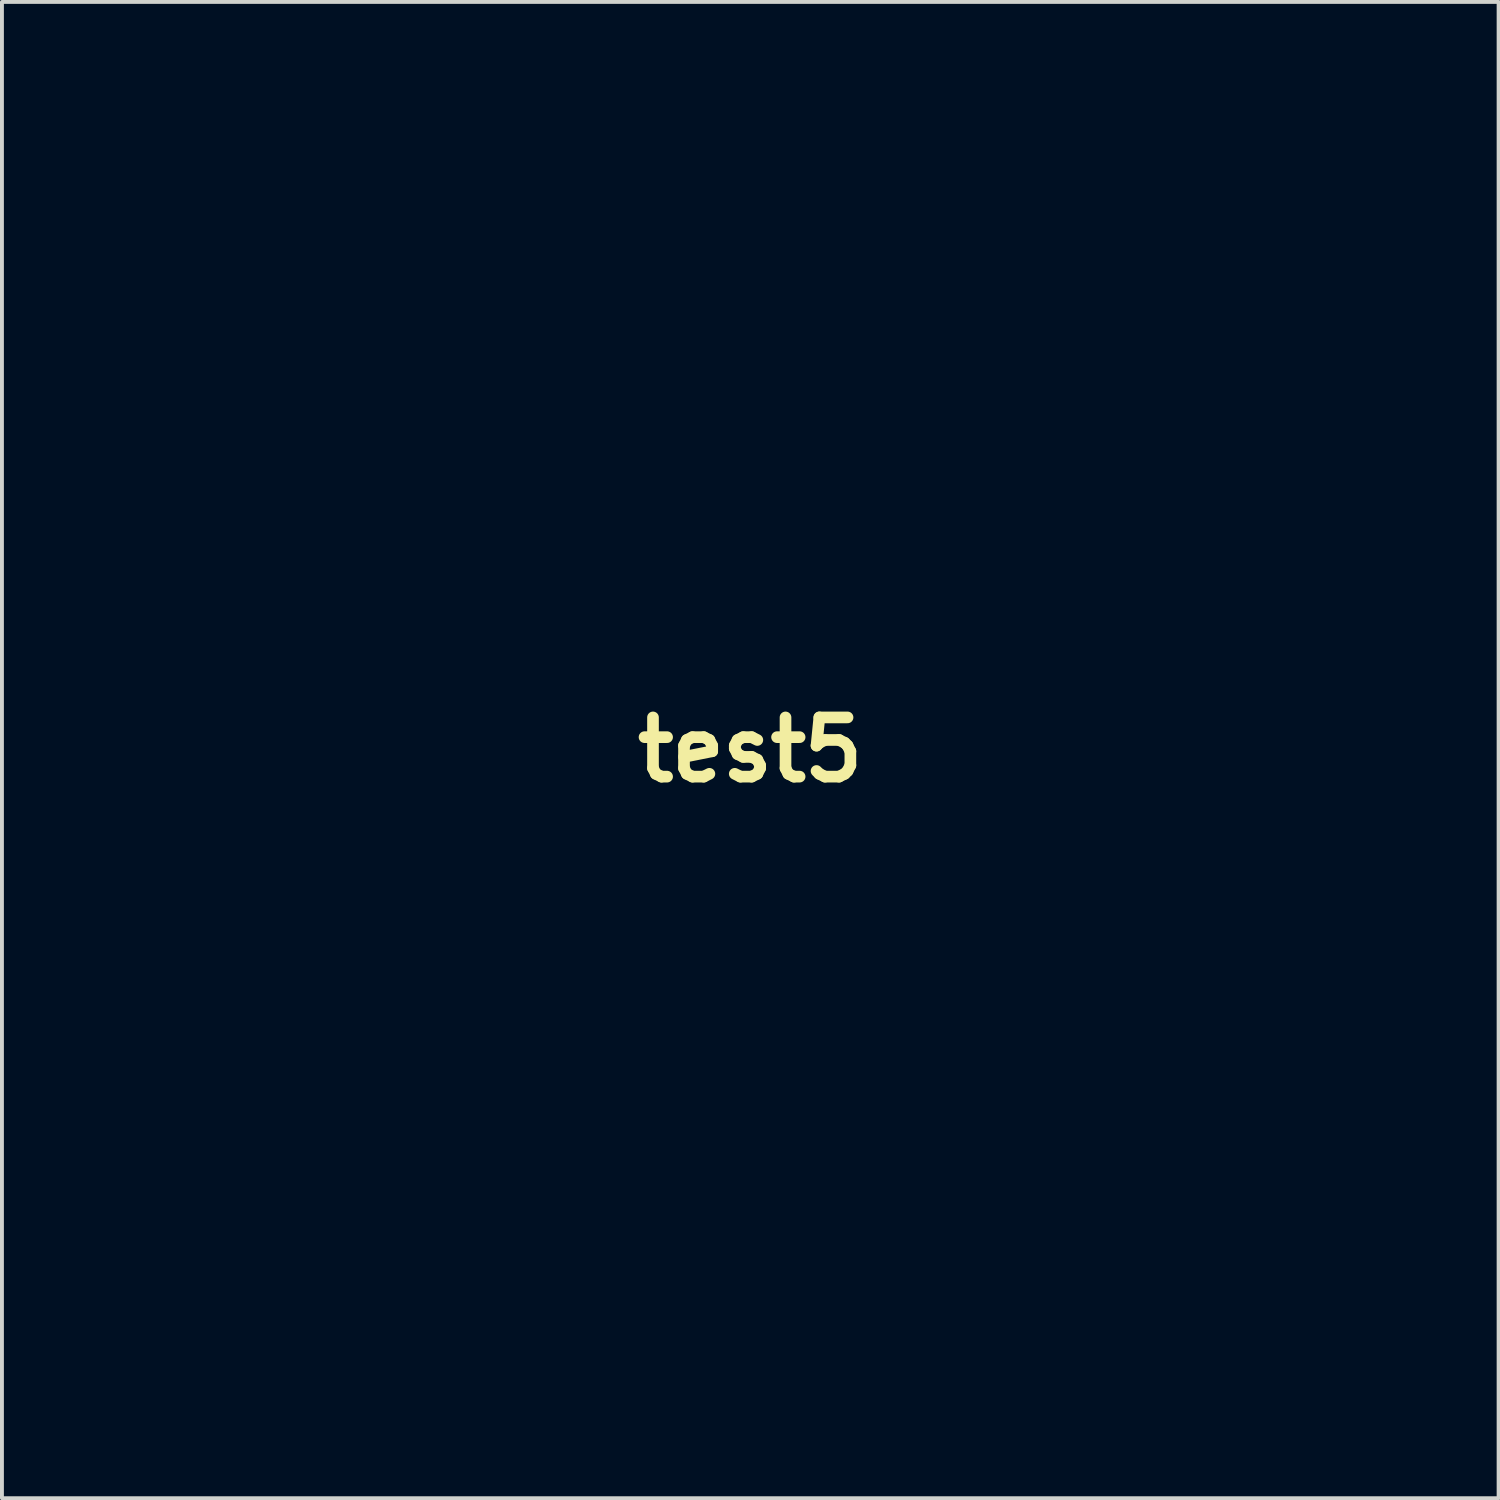
<source format=kicad_pcb>
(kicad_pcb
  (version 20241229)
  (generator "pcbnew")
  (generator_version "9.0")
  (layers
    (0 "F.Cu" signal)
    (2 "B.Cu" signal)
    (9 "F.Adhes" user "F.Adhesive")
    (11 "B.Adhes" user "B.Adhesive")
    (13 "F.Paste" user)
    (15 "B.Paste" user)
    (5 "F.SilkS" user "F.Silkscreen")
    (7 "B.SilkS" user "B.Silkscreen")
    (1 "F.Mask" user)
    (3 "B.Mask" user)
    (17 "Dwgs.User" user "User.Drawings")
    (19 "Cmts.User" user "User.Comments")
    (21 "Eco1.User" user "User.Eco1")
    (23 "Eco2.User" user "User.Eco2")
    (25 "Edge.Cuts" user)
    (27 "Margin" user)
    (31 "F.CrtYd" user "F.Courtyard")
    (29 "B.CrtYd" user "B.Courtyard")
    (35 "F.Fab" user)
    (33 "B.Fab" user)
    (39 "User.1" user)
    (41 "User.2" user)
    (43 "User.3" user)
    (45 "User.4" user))
  (footprint "test5"
    (layer "F.Cu")
    (at 16.261 16.25)
    (property "Reference" "test5" (at 0 0 0) (layer "F.SilkS") (effects (font (size 1.524 1.524) (thickness 0.3))))
    (attr through_hole)
    (fp_poly (pts (xy 0.79 0.405) (xy 1.034 0.467) (xy 1.378 0.674) (xy 1.642 0.96) (xy 1.821 1.301) (xy 1.909 1.675) (xy 1.902 2.059) (xy 1.794 2.43) (xy 1.582 2.765) (xy 1.537 2.816) (xy 1.223 3.061) (xy 0.85 3.219) (xy 0.452 3.279) (xy 0.062 3.235) (xy -0.044 3.201) (xy -0.376 3.018) (xy -0.655 2.746) (xy -0.863 2.414) (xy -0.981 2.05) (xy -0.989 1.834) (xy 0 1.834) (xy 0.049 2.077) (xy 0.192 2.238) (xy 0.349 2.299) (xy 0.542 2.295) (xy 0.737 2.227) (xy 0.875 2.116) (xy 0.89 2.093) (xy 0.955 1.86) (xy 0.915 1.635) (xy 0.785 1.465) (xy 0.56 1.352) (xy 0.342 1.349) (xy 0.158 1.445) (xy 0.036 1.626) (xy 0 1.834) (xy -0.989 1.834) (xy -0.994 1.683) (xy -0.993 1.675) (xy -0.88 1.264) (xy -0.668 0.907) (xy -0.375 0.626) (xy -0.113 0.48) (xy 0.154 0.41) (xy 0.474 0.384) (xy 0.79 0.405)) (stroke (width 0.01) (type solid)) (fill yes) (layer "F.Mask"))
    (fp_poly (pts (xy 3.351 -4.794) (xy 3.686 -4.62) (xy 3.97 -4.369) (xy 4.183 -4.052) (xy 4.307 -3.68) (xy 4.331 -3.42) (xy 4.273 -2.992) (xy 4.107 -2.613) (xy 3.844 -2.302) (xy 3.495 -2.075) (xy 3.447 -2.054) (xy 3.201 -1.993) (xy 2.893 -1.974) (xy 2.579 -1.996) (xy 2.317 -2.057) (xy 2.286 -2.07) (xy 1.95 -2.282) (xy 1.679 -2.586) (xy 1.491 -2.957) (xy 1.424 -3.225) (xy 1.425 -3.422) (xy 2.413 -3.422) (xy 2.464 -3.178) (xy 2.598 -3.01) (xy 2.789 -2.93) (xy 3.01 -2.95) (xy 3.198 -3.053) (xy 3.322 -3.216) (xy 3.361 -3.415) (xy 3.324 -3.615) (xy 3.219 -3.779) (xy 3.056 -3.872) (xy 3 -3.881) (xy 2.716 -3.863) (xy 2.527 -3.763) (xy 2.429 -3.579) (xy 2.413 -3.422) (xy 1.425 -3.422) (xy 1.426 -3.585) (xy 1.533 -3.951) (xy 1.727 -4.292) (xy 1.992 -4.577) (xy 2.224 -4.732) (xy 2.601 -4.862) (xy 2.983 -4.878) (xy 3.351 -4.794)) (stroke (width 0.01) (type solid)) (fill yes) (layer "F.Mask"))
    (fp_poly (pts (xy 5.199 3.533) (xy 5.584 3.668) (xy 5.898 3.897) (xy 6.129 4.211) (xy 6.266 4.599) (xy 6.299 4.944) (xy 6.241 5.35) (xy 6.08 5.71) (xy 5.834 6.009) (xy 5.522 6.235) (xy 5.161 6.373) (xy 4.77 6.409) (xy 4.43 6.35) (xy 4.054 6.174) (xy 3.749 5.899) (xy 3.528 5.542) (xy 3.42 5.202) (xy 3.404 4.954) (xy 4.381 4.954) (xy 4.434 5.195) (xy 4.59 5.363) (xy 4.699 5.416) (xy 4.823 5.45) (xy 4.932 5.435) (xy 5.075 5.368) (xy 5.258 5.214) (xy 5.336 5.011) (xy 5.306 4.792) (xy 5.178 4.601) (xy 4.979 4.474) (xy 4.771 4.456) (xy 4.583 4.534) (xy 4.444 4.694) (xy 4.382 4.923) (xy 4.381 4.954) (xy 3.404 4.954) (xy 3.393 4.782) (xy 3.488 4.392) (xy 3.7 4.041) (xy 4.027 3.737) (xy 4.052 3.719) (xy 4.239 3.605) (xy 4.428 3.541) (xy 4.674 3.509) (xy 4.752 3.504) (xy 5.199 3.533)) (stroke (width 0.01) (type solid)) (fill yes) (layer "F.Mask"))
    (fp_poly (pts (xy -4.279 3.724) (xy -3.987 3.829) (xy -3.714 3.974) (xy -3.512 4.135) (xy -3.345 4.373) (xy -3.208 4.669) (xy -3.126 4.965) (xy -3.113 5.104) (xy -3.168 5.507) (xy -3.326 5.883) (xy -3.57 6.204) (xy -3.882 6.442) (xy -3.965 6.484) (xy -4.291 6.577) (xy -4.66 6.596) (xy -5.015 6.542) (xy -5.175 6.485) (xy -5.536 6.254) (xy -5.806 5.941) (xy -5.973 5.562) (xy -6.022 5.203) (xy -5.078 5.203) (xy -5.007 5.384) (xy -4.874 5.531) (xy -4.702 5.625) (xy -4.509 5.644) (xy -4.318 5.566) (xy -4.271 5.527) (xy -4.12 5.325) (xy -4.092 5.111) (xy -4.123 4.996) (xy -4.259 4.789) (xy -4.453 4.679) (xy -4.674 4.671) (xy -4.893 4.773) (xy -4.955 4.828) (xy -5.067 5.01) (xy -5.078 5.203) (xy -6.022 5.203) (xy -6.03 5.144) (xy -5.971 4.729) (xy -5.806 4.363) (xy -5.549 4.061) (xy -5.216 3.838) (xy -4.824 3.709) (xy -4.533 3.684) (xy -4.279 3.724)) (stroke (width 0.01) (type solid)) (fill yes) (layer "F.Mask"))
    (fp_poly (pts (xy -2.485 -3.817) (xy -2.138 -3.665) (xy -1.854 -3.433) (xy -1.641 -3.139) (xy -1.504 -2.804) (xy -1.452 -2.445) (xy -1.49 -2.08) (xy -1.626 -1.73) (xy -1.866 -1.411) (xy -1.959 -1.324) (xy -2.322 -1.089) (xy -2.714 -0.971) (xy -3.12 -0.975) (xy -3.373 -1.04) (xy -3.741 -1.231) (xy -4.034 -1.504) (xy -4.243 -1.837) (xy -4.356 -2.207) (xy -4.358 -2.339) (xy -3.38 -2.339) (xy -3.299 -2.145) (xy -3.124 -1.993) (xy -3.111 -1.987) (xy -2.966 -1.923) (xy -2.857 -1.917) (xy -2.72 -1.973) (xy -2.672 -1.998) (xy -2.502 -2.125) (xy -2.425 -2.301) (xy -2.413 -2.453) (xy -2.469 -2.635) (xy -2.609 -2.797) (xy -2.792 -2.901) (xy -2.902 -2.919) (xy -3.128 -2.865) (xy -3.288 -2.73) (xy -3.374 -2.544) (xy -3.38 -2.339) (xy -4.358 -2.339) (xy -4.363 -2.595) (xy -4.287 -2.895) (xy -4.077 -3.292) (xy -3.79 -3.589) (xy -3.432 -3.782) (xy -3.008 -3.868) (xy -2.889 -3.872) (xy -2.485 -3.817)) (stroke (width 0.01) (type solid)) (fill yes) (layer "F.Mask"))
    (fp_poly (pts (xy 0.314 -10.603) (xy 0.666 -10.477) (xy 0.98 -10.256) (xy 1.235 -9.941) (xy 1.297 -9.828) (xy 1.438 -9.423) (xy 1.452 -9.021) (xy 1.34 -8.615) (xy 1.295 -8.52) (xy 1.062 -8.171) (xy 0.753 -7.921) (xy 0.406 -7.773) (xy 0.146 -7.708) (xy -0.064 -7.695) (xy -0.289 -7.736) (xy -0.43 -7.777) (xy -0.808 -7.956) (xy -1.107 -8.22) (xy -1.319 -8.55) (xy -1.435 -8.923) (xy -1.443 -9.187) (xy -0.508 -9.187) (xy -0.469 -9.03) (xy -0.376 -8.867) (xy -0.196 -8.729) (xy 0.022 -8.69) (xy 0.236 -8.749) (xy 0.376 -8.867) (xy 0.469 -9.03) (xy 0.508 -9.187) (xy 0.451 -9.371) (xy 0.308 -9.532) (xy 0.116 -9.634) (xy 0 -9.652) (xy -0.201 -9.6) (xy -0.377 -9.469) (xy -0.488 -9.294) (xy -0.508 -9.187) (xy -1.443 -9.187) (xy -1.447 -9.321) (xy -1.345 -9.722) (xy -1.297 -9.828) (xy -1.063 -10.171) (xy -0.765 -10.42) (xy -0.422 -10.575) (xy -0.056 -10.636) (xy 0.314 -10.603)) (stroke (width 0.01) (type solid)) (fill yes) (layer "F.Mask"))
    (fp_poly (pts (xy 0.508 -16.163) (xy 0.845 -15.983) (xy 1.108 -15.726) (xy 1.165 -15.639) (xy 1.281 -15.452) (xy 1.451 -15.174) (xy 1.668 -14.815) (xy 1.928 -14.384) (xy 2.225 -13.889) (xy 2.553 -13.342) (xy 2.906 -12.75) (xy 3.279 -12.123) (xy 3.559 -11.652) (xy 4.072 -10.784) (xy 4.523 -10.016) (xy 4.911 -9.35) (xy 5.235 -8.786) (xy 5.495 -8.325) (xy 5.69 -7.969) (xy 5.819 -7.719) (xy 5.882 -7.575) (xy 5.888 -7.551) (xy 5.872 -7.254) (xy 5.744 -7.002) (xy 5.517 -6.81) (xy 5.204 -6.692) (xy 5.152 -6.681) (xy 4.89 -6.636) (xy 5.141 -6.223) (xy 5.306 -5.92) (xy 5.381 -5.684) (xy 5.369 -5.495) (xy 5.273 -5.332) (xy 5.242 -5.299) (xy 5.04 -5.169) (xy 4.827 -5.159) (xy 4.644 -5.255) (xy 4.548 -5.366) (xy 4.414 -5.56) (xy 4.254 -5.814) (xy 4.085 -6.103) (xy 3.918 -6.401) (xy 3.768 -6.685) (xy 3.649 -6.93) (xy 3.574 -7.111) (xy 3.556 -7.19) (xy 3.594 -7.38) (xy 3.714 -7.521) (xy 3.928 -7.618) (xy 4.249 -7.678) (xy 4.494 -7.699) (xy 4.766 -7.715) (xy 2.602 -11.367) (xy 2.23 -11.992) (xy 1.873 -12.589) (xy 1.538 -13.146) (xy 1.23 -13.655) (xy 0.955 -14.105) (xy 0.718 -14.488) (xy 0.526 -14.795) (xy 0.384 -15.014) (xy 0.298 -15.139) (xy 0.279 -15.161) (xy 0.163 -15.253) (xy 0.056 -15.302) (xy -0.051 -15.301) (xy -0.167 -15.24) (xy -0.301 -15.112) (xy -0.461 -14.907) (xy -0.656 -14.617) (xy -0.894 -14.234) (xy -1.186 -13.748) (xy -1.205 -13.715) (xy -1.436 -13.333) (xy -1.651 -12.986) (xy -1.842 -12.689) (xy -1.997 -12.458) (xy -2.106 -12.308) (xy -2.155 -12.258) (xy -2.321 -12.202) (xy -2.412 -12.192) (xy -2.573 -12.246) (xy -2.726 -12.38) (xy -2.833 -12.552) (xy -2.857 -12.669) (xy -2.825 -12.781) (xy -2.733 -12.981) (xy -2.593 -13.251) (xy -2.415 -13.575) (xy -2.211 -13.933) (xy -1.99 -14.307) (xy -1.763 -14.681) (xy -1.542 -15.036) (xy -1.337 -15.353) (xy -1.157 -15.616) (xy -1.015 -15.807) (xy -0.94 -15.891) (xy -0.615 -16.111) (xy -0.248 -16.229) (xy 0.135 -16.245) (xy 0.508 -16.163)) (stroke (width 0.01) (type solid)) (fill yes) (layer "F.Mask"))
    (fp_poly (pts (xy -3.134 -11.427) (xy -2.973 -11.301) (xy -2.967 -11.293) (xy -2.875 -11.094) (xy -2.879 -10.975) (xy -2.921 -10.883) (xy -3.019 -10.698) (xy -3.165 -10.435) (xy -3.351 -10.109) (xy -3.567 -9.736) (xy -3.805 -9.332) (xy -3.841 -9.271) (xy -4.764 -7.715) (xy -4.493 -7.699) (xy -4.105 -7.658) (xy -3.829 -7.583) (xy -3.654 -7.469) (xy -3.569 -7.309) (xy -3.556 -7.189) (xy -3.589 -7.091) (xy -3.688 -6.884) (xy -3.853 -6.571) (xy -4.084 -6.151) (xy -4.379 -5.625) (xy -4.739 -4.994) (xy -5.164 -4.259) (xy -5.583 -3.538) (xy -7.61 -0.064) (xy -6.977 -0.064) (xy -6.684 -0.061) (xy -6.488 -0.05) (xy -6.36 -0.025) (xy -6.27 0.02) (xy -6.189 0.092) (xy -6.188 0.092) (xy -6.081 0.242) (xy -6.033 0.391) (xy -6.032 0.397) (xy -6.064 0.479) (xy -6.154 0.659) (xy -6.298 0.928) (xy -6.488 1.274) (xy -6.72 1.688) (xy -6.988 2.159) (xy -7.285 2.677) (xy -7.606 3.23) (xy -7.817 3.59) (xy -8.152 4.163) (xy -8.47 4.707) (xy -8.765 5.212) (xy -9.031 5.667) (xy -9.26 6.061) (xy -9.448 6.385) (xy -9.587 6.626) (xy -9.672 6.775) (xy -9.695 6.816) (xy -9.754 6.979) (xy -9.732 7.132) (xy -9.712 7.184) (xy -9.622 7.337) (xy -9.52 7.432) (xy -9.424 7.451) (xy -9.222 7.467) (xy -8.935 7.48) (xy -8.586 7.489) (xy -8.196 7.493) (xy -8.141 7.493) (xy -7.707 7.494) (xy -7.381 7.497) (xy -7.144 7.505) (xy -6.979 7.519) (xy -6.865 7.541) (xy -6.785 7.573) (xy -6.72 7.615) (xy -6.708 7.625) (xy -6.571 7.803) (xy -6.54 8.016) (xy -6.616 8.223) (xy -6.687 8.307) (xy -6.741 8.353) (xy -6.802 8.387) (xy -6.89 8.411) (xy -7.022 8.428) (xy -7.214 8.437) (xy -7.485 8.443) (xy -7.851 8.444) (xy -8.227 8.444) (xy -8.696 8.442) (xy -9.056 8.438) (xy -9.327 8.429) (xy -9.527 8.414) (xy -9.675 8.392) (xy -9.789 8.361) (xy -9.878 8.326) (xy -10.204 8.114) (xy -10.461 7.822) (xy -10.636 7.476) (xy -10.717 7.102) (xy -10.693 6.727) (xy -10.657 6.599) (xy -10.61 6.502) (xy -10.506 6.308) (xy -10.35 6.028) (xy -10.149 5.672) (xy -9.909 5.253) (xy -9.637 4.782) (xy -9.34 4.271) (xy -9.024 3.73) (xy -8.978 3.652) (xy -7.375 0.921) (xy -7.799 0.888) (xy -8.041 0.858) (xy -8.248 0.811) (xy -8.363 0.763) (xy -8.558 0.565) (xy -8.671 0.3) (xy -8.684 0.025) (xy -8.648 -0.082) (xy -8.556 -0.278) (xy -8.407 -0.564) (xy -8.2 -0.945) (xy -7.932 -1.422) (xy -7.603 -1.999) (xy -7.21 -2.678) (xy -6.772 -3.429) (xy -4.894 -6.636) (xy -5.154 -6.681) (xy -5.478 -6.788) (xy -5.718 -6.971) (xy -5.86 -7.216) (xy -5.893 -7.507) (xy -5.888 -7.551) (xy -5.851 -7.65) (xy -5.757 -7.841) (xy -5.617 -8.108) (xy -5.439 -8.436) (xy -5.233 -8.807) (xy -5.009 -9.204) (xy -4.775 -9.613) (xy -4.541 -10.016) (xy -4.316 -10.398) (xy -4.111 -10.741) (xy -3.933 -11.029) (xy -3.793 -11.247) (xy -3.699 -11.378) (xy -3.693 -11.385) (xy -3.54 -11.475) (xy -3.339 -11.487) (xy -3.134 -11.427)) (stroke (width 0.01) (type solid)) (fill yes) (layer "F.Mask"))
    (fp_poly (pts (xy 6.172 -4.366) (xy 6.226 -4.294) (xy 6.336 -4.126) (xy 6.494 -3.873) (xy 6.692 -3.548) (xy 6.923 -3.164) (xy 7.179 -2.734) (xy 7.452 -2.271) (xy 7.461 -2.254) (xy 7.794 -1.684) (xy 8.066 -1.21) (xy 8.282 -0.823) (xy 8.447 -0.511) (xy 8.566 -0.262) (xy 8.643 -0.065) (xy 8.683 0.091) (xy 8.692 0.218) (xy 8.674 0.327) (xy 8.633 0.43) (xy 8.611 0.472) (xy 8.479 0.661) (xy 8.306 0.784) (xy 8.064 0.856) (xy 7.799 0.888) (xy 7.375 0.921) (xy 8.87 3.461) (xy 9.268 4.139) (xy 9.606 4.717) (xy 9.888 5.204) (xy 10.12 5.61) (xy 10.306 5.943) (xy 10.451 6.213) (xy 10.56 6.429) (xy 10.637 6.599) (xy 10.688 6.734) (xy 10.717 6.843) (xy 10.73 6.933) (xy 10.731 6.978) (xy 10.673 7.364) (xy 10.512 7.731) (xy 10.268 8.049) (xy 9.96 8.284) (xy 9.878 8.326) (xy 9.819 8.35) (xy 9.749 8.37) (xy 9.659 8.387) (xy 9.538 8.402) (xy 9.376 8.413) (xy 9.164 8.423) (xy 8.892 8.43) (xy 8.549 8.435) (xy 8.127 8.439) (xy 7.614 8.441) (xy 7.002 8.443) (xy 6.28 8.444) (xy 5.667 8.444) (xy 1.714 8.445) (xy 1.714 11.557) (xy 1.905 11.557) (xy 3.04 11.557) (xy 4.327 11.557) (xy 5.898 11.557) (xy 7.112 11.557) (xy 7.112 11.306) (xy 7.084 11.041) (xy 7.008 10.846) (xy 6.895 10.742) (xy 6.839 10.732) (xy 6.641 10.785) (xy 6.417 10.933) (xy 6.195 11.152) (xy 6.105 11.269) (xy 5.898 11.557) (xy 4.327 11.557) (xy 4.198 11.376) (xy 4.023 11.165) (xy 3.82 10.972) (xy 3.619 10.822) (xy 3.452 10.74) (xy 3.399 10.732) (xy 3.272 10.761) (xy 3.182 10.862) (xy 3.119 11.056) (xy 3.084 11.255) (xy 3.04 11.557) (xy 1.905 11.557) (xy 2.036 11.543) (xy 2.087 11.476) (xy 2.095 11.349) (xy 2.128 11.046) (xy 2.214 10.711) (xy 2.335 10.407) (xy 2.418 10.261) (xy 2.667 9.997) (xy 2.983 9.837) (xy 3.372 9.78) (xy 3.406 9.78) (xy 3.801 9.837) (xy 4.181 10.01) (xy 4.55 10.302) (xy 4.915 10.717) (xy 4.99 10.819) (xy 5.123 11.003) (xy 5.26 10.781) (xy 5.42 10.568) (xy 5.64 10.336) (xy 5.883 10.118) (xy 6.114 9.947) (xy 6.254 9.87) (xy 6.53 9.801) (xy 6.856 9.783) (xy 7.168 9.819) (xy 7.325 9.866) (xy 7.616 10.056) (xy 7.844 10.355) (xy 8.008 10.76) (xy 8.101 11.224) (xy 8.131 11.418) (xy 8.171 11.517) (xy 8.241 11.553) (xy 8.327 11.557) (xy 8.45 11.543) (xy 8.5 11.476) (xy 8.509 11.34) (xy 8.52 11.159) (xy 8.547 11.023) (xy 8.548 11.02) (xy 8.654 10.896) (xy 8.844 10.795) (xy 9.073 10.738) (xy 9.173 10.732) (xy 10.333 10.732) (xy 11.564 10.732) (xy 13.201 10.732) (xy 14.432 10.732) (xy 14.393 10.402) (xy 14.337 10.129) (xy 14.244 9.971) (xy 14.105 9.918) (xy 14.008 9.93) (xy 13.815 10.023) (xy 13.602 10.191) (xy 13.408 10.4) (xy 13.316 10.535) (xy 13.201 10.732) (xy 11.564 10.732) (xy 11.449 10.535) (xy 11.289 10.318) (xy 11.083 10.121) (xy 10.872 9.977) (xy 10.757 9.93) (xy 10.591 9.929) (xy 10.474 10.029) (xy 10.398 10.238) (xy 10.372 10.402) (xy 10.333 10.732) (xy 9.173 10.732) (xy 9.313 10.725) (xy 9.378 10.683) (xy 9.397 10.568) (xy 9.398 10.456) (xy 9.437 10.096) (xy 9.542 9.733) (xy 9.695 9.427) (xy 9.713 9.401) (xy 9.95 9.172) (xy 10.261 9.021) (xy 10.613 8.955) (xy 10.976 8.981) (xy 11.271 9.081) (xy 11.49 9.219) (xy 11.741 9.425) (xy 11.985 9.661) (xy 12.18 9.892) (xy 12.243 9.985) (xy 12.339 10.116) (xy 12.414 10.16) (xy 12.446 10.106) (xy 12.446 10.099) (xy 12.491 10.007) (xy 12.611 9.859) (xy 12.782 9.677) (xy 12.98 9.485) (xy 13.181 9.305) (xy 13.361 9.163) (xy 13.486 9.084) (xy 13.838 8.973) (xy 14.204 8.959) (xy 14.553 9.037) (xy 14.855 9.2) (xy 15.052 9.401) (xy 15.209 9.698) (xy 15.32 10.058) (xy 15.367 10.421) (xy 15.367 10.456) (xy 15.372 10.627) (xy 15.407 10.707) (xy 15.5 10.73) (xy 15.592 10.732) (xy 15.826 10.764) (xy 16.038 10.849) (xy 16.184 10.965) (xy 16.217 11.02) (xy 16.225 11.105) (xy 16.234 11.302) (xy 16.241 11.597) (xy 16.247 11.976) (xy 16.252 12.423) (xy 16.255 12.924) (xy 16.256 13.464) (xy 16.256 13.534) (xy 16.256 15.944) (xy 15.944 16.256) (xy -15.944 16.256) (xy -16.1 16.1) (xy -16.256 15.944) (xy -16.256 13.504) (xy -16.256 12.847) (xy -16.255 12.307) (xy -16.25 11.87) (xy -16.246 11.748) (xy -15.303 11.748) (xy -15.303 15.303) (xy -12.89 15.303) (xy -12.89 11.748) (xy -11.874 11.748) (xy -11.874 15.303) (xy -9.461 15.303) (xy -9.461 12.509) (xy -8.509 12.509) (xy -8.509 15.303) (xy -5.588 15.303) (xy -4.638 15.303) (xy -1.714 15.303) (xy -0.763 15.303) (xy 0.763 15.303) (xy 1.714 15.303) (xy 4.638 15.303) (xy 4.604 12.541) (xy 3.159 12.524) (xy 1.916 12.509) (xy 5.588 12.509) (xy 5.588 15.303) (xy 8.509 15.303) (xy 8.509 12.509) (xy 5.588 12.509) (xy 1.916 12.509) (xy 1.714 12.507) (xy 1.714 15.303) (xy 0.763 15.303) (xy 0.747 11.89) (xy 0.746 11.748) (xy 9.461 11.748) (xy 9.461 15.303) (xy 11.874 15.303) (xy 11.874 11.748) (xy 12.89 11.748) (xy 12.89 15.303) (xy 15.303 15.303) (xy 15.303 11.748) (xy 12.89 11.748) (xy 11.874 11.748) (xy 9.461 11.748) (xy 0.746 11.748) (xy 0.73 8.477) (xy -0.73 8.477) (xy -0.763 15.303) (xy -1.714 15.303) (xy -1.714 12.507) (xy -3.159 12.524) (xy -4.604 12.541) (xy -4.621 13.922) (xy -4.638 15.303) (xy -5.588 15.303) (xy -5.588 12.509) (xy -8.509 12.509) (xy -9.461 12.509) (xy -9.461 11.748) (xy -11.874 11.748) (xy -12.89 11.748) (xy -15.303 11.748) (xy -16.246 11.748) (xy -16.239 11.526) (xy -16.221 11.264) (xy -16.191 11.071) (xy -16.149 10.937) (xy -16.091 10.85) (xy -16.016 10.798) (xy -15.921 10.771) (xy -15.804 10.757) (xy -15.696 10.747) (xy -15.535 10.732) (xy -14.432 10.732) (xy -13.201 10.732) (xy -11.564 10.732) (xy -10.333 10.732) (xy -10.372 10.402) (xy -10.428 10.129) (xy -10.521 9.971) (xy -10.66 9.918) (xy -10.757 9.93) (xy -10.95 10.023) (xy -11.163 10.191) (xy -11.357 10.4) (xy -11.449 10.535) (xy -11.564 10.732) (xy -13.201 10.732) (xy -13.316 10.535) (xy -13.476 10.318) (xy -13.682 10.121) (xy -13.893 9.977) (xy -14.008 9.93) (xy -14.174 9.929) (xy -14.291 10.029) (xy -14.367 10.238) (xy -14.393 10.402) (xy -14.432 10.732) (xy -15.535 10.732) (xy -15.367 10.715) (xy -15.367 10.448) (xy -15.328 10.095) (xy -15.224 9.736) (xy -15.073 9.432) (xy -15.052 9.401) (xy -14.814 9.17) (xy -14.503 9.02) (xy -14.149 8.955) (xy -13.784 8.983) (xy -13.486 9.084) (xy -13.344 9.175) (xy -13.16 9.323) (xy -12.959 9.505) (xy -12.762 9.697) (xy -12.596 9.877) (xy -12.483 10.02) (xy -12.446 10.099) (xy -12.417 10.16) (xy -12.345 10.122) (xy -12.249 9.997) (xy -12.243 9.985) (xy -12.083 9.771) (xy -11.857 9.532) (xy -11.605 9.308) (xy -11.366 9.134) (xy -11.271 9.081) (xy -10.923 8.971) (xy -10.559 8.959) (xy -10.211 9.038) (xy -9.91 9.201) (xy -9.713 9.401) (xy -9.556 9.698) (xy -9.445 10.058) (xy -9.398 10.421) (xy -9.398 10.456) (xy -9.393 10.627) (xy -9.358 10.707) (xy -9.265 10.73) (xy -9.173 10.732) (xy -8.939 10.764) (xy -8.727 10.849) (xy -8.581 10.965) (xy -8.548 11.02) (xy -8.521 11.154) (xy -8.509 11.334) (xy -8.509 11.34) (xy -8.497 11.487) (xy -8.441 11.547) (xy -8.327 11.557) (xy -8.219 11.548) (xy -8.159 11.499) (xy -8.124 11.379) (xy -8.113 11.306) (xy -7.112 11.306) (xy -7.112 11.557) (xy -6.505 11.557) (xy -4.327 11.557) (xy -3.04 11.557) (xy -3.084 11.255) (xy -3.136 10.986) (xy -3.206 10.822) (xy -3.306 10.745) (xy -3.399 10.732) (xy -3.544 10.778) (xy -3.734 10.903) (xy -3.94 11.081) (xy -4.13 11.288) (xy -4.198 11.376) (xy -4.327 11.557) (xy -6.505 11.557) (xy -6.216 11.553) (xy -6.037 11.54) (xy -5.952 11.516) (xy -5.945 11.478) (xy -5.945 11.478) (xy -6.153 11.187) (xy -6.386 10.952) (xy -6.621 10.794) (xy -6.833 10.732) (xy -6.845 10.732) (xy -6.966 10.79) (xy -7.057 10.949) (xy -7.106 11.184) (xy -7.112 11.306) (xy -8.113 11.306) (xy -8.101 11.224) (xy -7.997 10.722) (xy -7.827 10.325) (xy -7.594 10.036) (xy -7.325 9.866) (xy -6.987 9.786) (xy -6.614 9.796) (xy -6.254 9.894) (xy -6.172 9.931) (xy -5.943 10.08) (xy -5.689 10.293) (xy -5.45 10.535) (xy -5.263 10.767) (xy -5.207 10.858) (xy -5.127 11.008) (xy -4.992 10.822) (xy -4.627 10.38) (xy -4.259 10.061) (xy -3.882 9.863) (xy -3.492 9.782) (xy -3.41 9.78) (xy -3.012 9.833) (xy -2.682 9.992) (xy -2.424 10.253) (xy -2.238 10.616) (xy -2.129 11.076) (xy -2.117 11.176) (xy -2.092 11.387) (xy -2.06 11.501) (xy -2.004 11.548) (xy -1.908 11.557) (xy -1.896 11.557) (xy -1.714 11.557) (xy -1.714 8.445) (xy -5.325 8.445) (xy -5.456 8.278) (xy -5.571 8.055) (xy -5.559 7.84) (xy -5.432 7.649) (xy -5.276 7.493) (xy 2.065 7.493) (xy 3.232 7.492) (xy 4.312 7.491) (xy 5.302 7.488) (xy 6.198 7.485) (xy 6.996 7.48) (xy 7.692 7.475) (xy 8.282 7.469) (xy 8.762 7.462) (xy 9.129 7.454) (xy 9.378 7.445) (xy 9.505 7.436) (xy 9.52 7.432) (xy 9.626 7.331) (xy 9.712 7.184) (xy 9.756 7.019) (xy 9.72 6.867) (xy 9.695 6.816) (xy 9.646 6.728) (xy 9.538 6.541) (xy 9.379 6.266) (xy 9.174 5.913) (xy 8.93 5.494) (xy 8.652 5.018) (xy 8.347 4.496) (xy 8.021 3.939) (xy 7.817 3.59) (xy 7.483 3.019) (xy 7.171 2.478) (xy 6.884 1.977) (xy 6.629 1.526) (xy 6.412 1.136) (xy 6.238 0.817) (xy 6.114 0.581) (xy 6.045 0.436) (xy 6.032 0.397) (xy 6.076 0.251) (xy 6.182 0.099) (xy 6.188 0.092) (xy 6.269 0.021) (xy 6.359 -0.025) (xy 6.487 -0.05) (xy 6.682 -0.061) (xy 6.975 -0.064) (xy 7.611 -0.064) (xy 6.504 -1.959) (xy 6.232 -2.429) (xy 5.987 -2.861) (xy 5.776 -3.244) (xy 5.604 -3.563) (xy 5.481 -3.807) (xy 5.411 -3.963) (xy 5.397 -4.011) (xy 5.454 -4.197) (xy 5.597 -4.341) (xy 5.791 -4.428) (xy 5.998 -4.44) (xy 6.172 -4.366)) (stroke (width 0.01) (type solid)) (fill yes) (layer "F.Mask")))
  (gr_rect
    (start -3 -3)
    (end 35.522 35.511)
    (stroke (width 0.1) (type default))
    (fill no)
    (layer "Edge.Cuts")))
</source>
